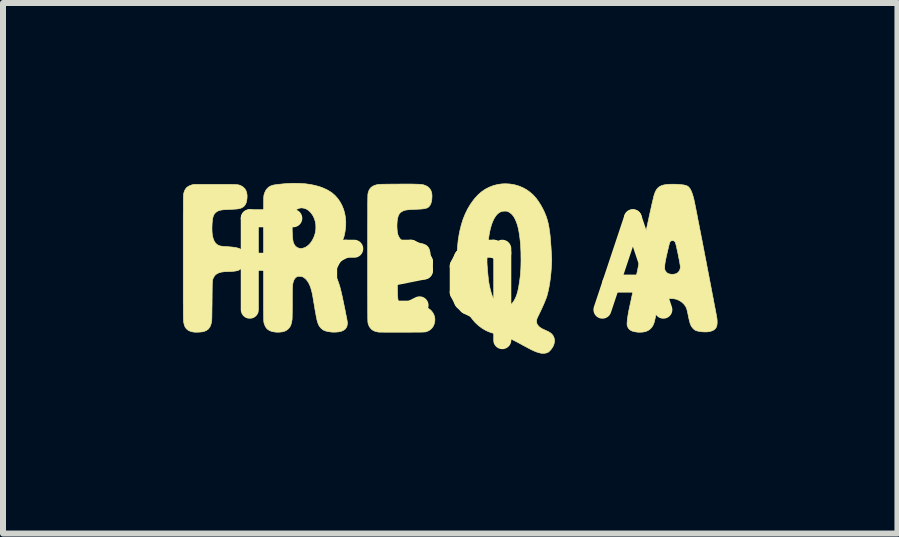
<source format=kicad_pcb>
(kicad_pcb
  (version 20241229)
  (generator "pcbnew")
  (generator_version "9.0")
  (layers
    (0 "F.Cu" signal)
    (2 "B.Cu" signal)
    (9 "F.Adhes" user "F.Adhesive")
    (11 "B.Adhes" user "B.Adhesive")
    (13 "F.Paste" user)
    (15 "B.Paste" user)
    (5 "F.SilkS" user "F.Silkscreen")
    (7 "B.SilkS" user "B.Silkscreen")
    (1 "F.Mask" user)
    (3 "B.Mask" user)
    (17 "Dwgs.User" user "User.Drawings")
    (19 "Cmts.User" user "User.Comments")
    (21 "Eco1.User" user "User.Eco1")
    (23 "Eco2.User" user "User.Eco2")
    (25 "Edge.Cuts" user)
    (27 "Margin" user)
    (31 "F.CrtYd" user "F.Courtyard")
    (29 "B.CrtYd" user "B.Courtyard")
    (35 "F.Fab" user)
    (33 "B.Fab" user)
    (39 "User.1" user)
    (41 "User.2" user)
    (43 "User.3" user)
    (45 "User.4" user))
  (footprint "Freq A"
    (layer "F.Cu")
    (at 4.452 1.423)
    (property "Reference" "Freq A" (at 0 0 0) (layer "F.SilkS") (effects (font (size 1.524 1.524) (thickness 0.3))))
    (attr through_hole)
    (fp_poly (pts (xy -3.791 -1.399) (xy -3.74 -1.399) (xy -3.697 -1.399) (xy -3.659 -1.399) (xy -3.627 -1.398) (xy -3.6 -1.398) (xy -3.578 -1.397) (xy -3.559 -1.396) (xy -3.543 -1.394) (xy -3.53 -1.392) (xy -3.52 -1.39) (xy -3.51 -1.387) (xy -3.502 -1.384) (xy -3.494 -1.381) (xy -3.485 -1.377) (xy -3.476 -1.372) (xy -3.474 -1.371) (xy -3.444 -1.351) (xy -3.419 -1.325) (xy -3.401 -1.294) (xy -3.389 -1.258) (xy -3.383 -1.217) (xy -3.384 -1.17) (xy -3.389 -1.132) (xy -3.398 -1.094) (xy -3.412 -1.063) (xy -3.431 -1.038) (xy -3.454 -1.019) (xy -3.472 -1.01) (xy -3.487 -1.003) (xy -3.504 -0.998) (xy -3.522 -0.994) (xy -3.543 -0.99) (xy -3.568 -0.988) (xy -3.598 -0.986) (xy -3.634 -0.984) (xy -3.669 -0.982) (xy -3.717 -0.98) (xy -3.757 -0.978) (xy -3.79 -0.975) (xy -3.818 -0.971) (xy -3.841 -0.965) (xy -3.861 -0.959) (xy -3.878 -0.95) (xy -3.894 -0.94) (xy -3.909 -0.927) (xy -3.91 -0.926) (xy -3.924 -0.912) (xy -3.935 -0.895) (xy -3.944 -0.876) (xy -3.952 -0.852) (xy -3.958 -0.823) (xy -3.962 -0.789) (xy -3.966 -0.747) (xy -3.967 -0.732) (xy -3.969 -0.664) (xy -3.967 -0.602) (xy -3.961 -0.548) (xy -3.95 -0.502) (xy -3.935 -0.462) (xy -3.916 -0.429) (xy -3.892 -0.404) (xy -3.864 -0.385) (xy -3.864 -0.385) (xy -3.853 -0.381) (xy -3.842 -0.377) (xy -3.829 -0.373) (xy -3.814 -0.37) (xy -3.795 -0.368) (xy -3.771 -0.365) (xy -3.741 -0.363) (xy -3.704 -0.361) (xy -3.692 -0.36) (xy -3.637 -0.355) (xy -3.591 -0.35) (xy -3.552 -0.342) (xy -3.518 -0.332) (xy -3.491 -0.32) (xy -3.468 -0.305) (xy -3.45 -0.287) (xy -3.435 -0.266) (xy -3.429 -0.253) (xy -3.416 -0.217) (xy -3.41 -0.179) (xy -3.411 -0.141) (xy -3.418 -0.104) (xy -3.43 -0.068) (xy -3.448 -0.036) (xy -3.47 -0.007) (xy -3.497 0.016) (xy -3.527 0.033) (xy -3.53 0.034) (xy -3.547 0.039) (xy -3.571 0.044) (xy -3.599 0.048) (xy -3.631 0.051) (xy -3.664 0.053) (xy -3.697 0.055) (xy -3.713 0.055) (xy -3.766 0.057) (xy -3.812 0.063) (xy -3.851 0.074) (xy -3.884 0.089) (xy -3.91 0.108) (xy -3.93 0.132) (xy -3.941 0.151) (xy -3.945 0.16) (xy -3.949 0.168) (xy -3.952 0.176) (xy -3.955 0.184) (xy -3.957 0.194) (xy -3.959 0.205) (xy -3.96 0.219) (xy -3.962 0.236) (xy -3.963 0.256) (xy -3.964 0.281) (xy -3.964 0.31) (xy -3.965 0.346) (xy -3.965 0.387) (xy -3.966 0.435) (xy -3.966 0.49) (xy -3.967 0.54) (xy -3.967 0.591) (xy -3.968 0.641) (xy -3.969 0.688) (xy -3.969 0.731) (xy -3.97 0.769) (xy -3.97 0.803) (xy -3.971 0.831) (xy -3.972 0.852) (xy -3.972 0.867) (xy -3.973 0.874) (xy -3.973 0.874) (xy -3.975 0.885) (xy -3.978 0.901) (xy -3.98 0.912) (xy -3.991 0.952) (xy -4.008 0.985) (xy -4.03 1.013) (xy -4.059 1.034) (xy -4.094 1.05) (xy -4.108 1.054) (xy -4.132 1.059) (xy -4.162 1.062) (xy -4.194 1.064) (xy -4.227 1.065) (xy -4.256 1.064) (xy -4.272 1.063) (xy -4.314 1.054) (xy -4.35 1.041) (xy -4.38 1.022) (xy -4.403 0.998) (xy -4.407 0.993) (xy -4.416 0.978) (xy -4.424 0.961) (xy -4.43 0.942) (xy -4.436 0.918) (xy -4.44 0.9) (xy -4.44 0.896) (xy -4.441 0.891) (xy -4.442 0.885) (xy -4.442 0.877) (xy -4.443 0.869) (xy -4.444 0.858) (xy -4.444 0.845) (xy -4.445 0.83) (xy -4.445 0.811) (xy -4.445 0.79) (xy -4.446 0.765) (xy -4.446 0.736) (xy -4.446 0.703) (xy -4.446 0.666) (xy -4.446 0.624) (xy -4.447 0.577) (xy -4.447 0.524) (xy -4.447 0.466) (xy -4.447 0.401) (xy -4.447 0.33) (xy -4.447 0.253) (xy -4.447 0.168) (xy -4.447 0.076) (xy -4.447 -0.024) (xy -4.447 -0.132) (xy -4.447 -0.178) (xy -4.447 -0.289) (xy -4.447 -0.392) (xy -4.447 -0.488) (xy -4.447 -0.575) (xy -4.447 -0.656) (xy -4.447 -0.73) (xy -4.447 -0.797) (xy -4.447 -0.858) (xy -4.447 -0.913) (xy -4.446 -0.962) (xy -4.446 -1.006) (xy -4.446 -1.045) (xy -4.446 -1.08) (xy -4.446 -1.11) (xy -4.445 -1.136) (xy -4.445 -1.159) (xy -4.445 -1.178) (xy -4.444 -1.194) (xy -4.444 -1.207) (xy -4.443 -1.218) (xy -4.443 -1.227) (xy -4.442 -1.234) (xy -4.441 -1.24) (xy -4.441 -1.244) (xy -4.44 -1.247) (xy -4.428 -1.287) (xy -4.412 -1.319) (xy -4.392 -1.345) (xy -4.365 -1.365) (xy -4.333 -1.381) (xy -4.307 -1.39) (xy -4.274 -1.399) (xy -3.914 -1.399) (xy -3.848 -1.399) (xy -3.791 -1.399)) (stroke (width 0.01) (type solid)) (fill yes) (layer "F.SilkS"))
    (fp_poly (pts (xy 0.998 -1.406) (xy 1.072 -1.394) (xy 1.142 -1.374) (xy 1.209 -1.347) (xy 1.272 -1.313) (xy 1.331 -1.271) (xy 1.386 -1.223) (xy 1.435 -1.169) (xy 1.474 -1.115) (xy 1.514 -1.052) (xy 1.548 -0.99) (xy 1.577 -0.929) (xy 1.602 -0.867) (xy 1.623 -0.802) (xy 1.64 -0.734) (xy 1.653 -0.66) (xy 1.664 -0.58) (xy 1.668 -0.548) (xy 1.67 -0.524) (xy 1.673 -0.495) (xy 1.675 -0.462) (xy 1.678 -0.425) (xy 1.681 -0.386) (xy 1.684 -0.346) (xy 1.686 -0.306) (xy 1.689 -0.268) (xy 1.691 -0.232) (xy 1.692 -0.199) (xy 1.694 -0.171) (xy 1.695 -0.149) (xy 1.695 -0.134) (xy 1.695 -0.129) (xy 1.69 -0.027) (xy 1.683 0.068) (xy 1.674 0.155) (xy 1.663 0.237) (xy 1.65 0.313) (xy 1.635 0.384) (xy 1.618 0.451) (xy 1.615 0.462) (xy 1.607 0.487) (xy 1.594 0.519) (xy 1.579 0.557) (xy 1.561 0.6) (xy 1.54 0.646) (xy 1.518 0.695) (xy 1.494 0.745) (xy 1.492 0.749) (xy 1.48 0.774) (xy 1.469 0.796) (xy 1.46 0.816) (xy 1.453 0.831) (xy 1.449 0.84) (xy 1.449 0.84) (xy 1.445 0.857) (xy 1.443 0.878) (xy 1.444 0.899) (xy 1.446 0.917) (xy 1.448 0.921) (xy 1.46 0.944) (xy 1.478 0.966) (xy 1.503 0.987) (xy 1.536 1.007) (xy 1.576 1.026) (xy 1.596 1.035) (xy 1.638 1.054) (xy 1.672 1.075) (xy 1.699 1.098) (xy 1.718 1.123) (xy 1.732 1.152) (xy 1.739 1.179) (xy 1.742 1.208) (xy 1.738 1.241) (xy 1.729 1.274) (xy 1.729 1.275) (xy 1.718 1.3) (xy 1.702 1.327) (xy 1.684 1.352) (xy 1.664 1.374) (xy 1.645 1.392) (xy 1.631 1.401) (xy 1.601 1.412) (xy 1.567 1.417) (xy 1.531 1.417) (xy 1.503 1.412) (xy 1.48 1.406) (xy 1.456 1.399) (xy 1.431 1.39) (xy 1.404 1.379) (xy 1.373 1.365) (xy 1.338 1.348) (xy 1.299 1.327) (xy 1.254 1.303) (xy 1.211 1.28) (xy 1.157 1.25) (xy 1.109 1.225) (xy 1.067 1.203) (xy 1.028 1.184) (xy 0.991 1.168) (xy 0.957 1.153) (xy 0.922 1.14) (xy 0.887 1.128) (xy 0.849 1.117) (xy 0.809 1.106) (xy 0.78 1.099) (xy 0.731 1.085) (xy 0.689 1.073) (xy 0.652 1.06) (xy 0.619 1.046) (xy 0.588 1.031) (xy 0.558 1.013) (xy 0.53 0.996) (xy 0.472 0.952) (xy 0.418 0.902) (xy 0.369 0.844) (xy 0.323 0.779) (xy 0.282 0.708) (xy 0.245 0.63) (xy 0.213 0.546) (xy 0.186 0.456) (xy 0.18 0.434) (xy 0.157 0.331) (xy 0.139 0.223) (xy 0.126 0.111) (xy 0.118 -0.004) (xy 0.115 -0.118) (xy 0.616 -0.118) (xy 0.616 -0.097) (xy 0.617 -0.075) (xy 0.618 -0.05) (xy 0.621 -0.021) (xy 0.623 0.014) (xy 0.624 0.026) (xy 0.628 0.071) (xy 0.632 0.109) (xy 0.635 0.141) (xy 0.638 0.168) (xy 0.64 0.191) (xy 0.643 0.212) (xy 0.646 0.231) (xy 0.649 0.249) (xy 0.652 0.267) (xy 0.668 0.34) (xy 0.686 0.406) (xy 0.705 0.463) (xy 0.727 0.512) (xy 0.75 0.554) (xy 0.776 0.588) (xy 0.804 0.614) (xy 0.833 0.633) (xy 0.862 0.643) (xy 0.882 0.646) (xy 0.906 0.646) (xy 0.931 0.643) (xy 0.954 0.638) (xy 0.961 0.635) (xy 0.995 0.618) (xy 1.026 0.593) (xy 1.054 0.559) (xy 1.079 0.518) (xy 1.102 0.469) (xy 1.121 0.413) (xy 1.137 0.348) (xy 1.145 0.307) (xy 1.155 0.242) (xy 1.164 0.182) (xy 1.171 0.124) (xy 1.176 0.065) (xy 1.18 0.005) (xy 1.182 -0.059) (xy 1.183 -0.13) (xy 1.183 -0.15) (xy 1.182 -0.207) (xy 1.182 -0.257) (xy 1.18 -0.302) (xy 1.178 -0.345) (xy 1.176 -0.388) (xy 1.172 -0.432) (xy 1.167 -0.48) (xy 1.166 -0.491) (xy 1.155 -0.573) (xy 1.142 -0.647) (xy 1.126 -0.714) (xy 1.106 -0.772) (xy 1.084 -0.822) (xy 1.06 -0.865) (xy 1.032 -0.899) (xy 1.002 -0.925) (xy 0.975 -0.941) (xy 0.958 -0.948) (xy 0.944 -0.952) (xy 0.929 -0.954) (xy 0.912 -0.954) (xy 0.876 -0.951) (xy 0.843 -0.941) (xy 0.813 -0.924) (xy 0.785 -0.9) (xy 0.759 -0.868) (xy 0.734 -0.828) (xy 0.729 -0.818) (xy 0.709 -0.775) (xy 0.691 -0.726) (xy 0.675 -0.671) (xy 0.661 -0.61) (xy 0.649 -0.542) (xy 0.639 -0.467) (xy 0.63 -0.384) (xy 0.623 -0.294) (xy 0.618 -0.196) (xy 0.618 -0.194) (xy 0.617 -0.165) (xy 0.616 -0.14) (xy 0.616 -0.118) (xy 0.115 -0.118) (xy 0.115 -0.12) (xy 0.117 -0.236) (xy 0.124 -0.351) (xy 0.135 -0.463) (xy 0.152 -0.57) (xy 0.161 -0.615) (xy 0.186 -0.718) (xy 0.216 -0.815) (xy 0.252 -0.905) (xy 0.293 -0.989) (xy 0.34 -1.068) (xy 0.393 -1.142) (xy 0.421 -1.176) (xy 0.473 -1.231) (xy 0.53 -1.28) (xy 0.591 -1.321) (xy 0.656 -1.354) (xy 0.723 -1.38) (xy 0.794 -1.398) (xy 0.867 -1.408) (xy 0.923 -1.41) (xy 0.998 -1.406)) (stroke (width 0.01) (type solid)) (fill yes) (layer "F.SilkS"))
    (fp_poly (pts (xy 3.761 -1.402) (xy 3.8 -1.4) (xy 3.816 -1.399) (xy 3.856 -1.395) (xy 3.888 -1.391) (xy 3.914 -1.386) (xy 3.935 -1.381) (xy 3.951 -1.374) (xy 3.965 -1.366) (xy 3.977 -1.356) (xy 3.981 -1.352) (xy 3.999 -1.33) (xy 4.016 -1.299) (xy 4.032 -1.261) (xy 4.047 -1.217) (xy 4.061 -1.166) (xy 4.066 -1.147) (xy 4.068 -1.135) (xy 4.073 -1.115) (xy 4.078 -1.089) (xy 4.085 -1.055) (xy 4.093 -1.015) (xy 4.102 -0.97) (xy 4.112 -0.919) (xy 4.123 -0.863) (xy 4.134 -0.803) (xy 4.147 -0.739) (xy 4.16 -0.671) (xy 4.174 -0.6) (xy 4.188 -0.527) (xy 4.203 -0.452) (xy 4.218 -0.374) (xy 4.233 -0.296) (xy 4.248 -0.217) (xy 4.264 -0.137) (xy 4.279 -0.058) (xy 4.294 0.021) (xy 4.309 0.099) (xy 4.324 0.176) (xy 4.338 0.25) (xy 4.352 0.323) (xy 4.365 0.392) (xy 4.378 0.458) (xy 4.39 0.52) (xy 4.401 0.579) (xy 4.411 0.632) (xy 4.421 0.681) (xy 4.429 0.724) (xy 4.436 0.761) (xy 4.441 0.791) (xy 4.446 0.815) (xy 4.448 0.831) (xy 4.45 0.839) (xy 4.45 0.84) (xy 4.453 0.886) (xy 4.452 0.926) (xy 4.446 0.959) (xy 4.436 0.986) (xy 4.419 1.009) (xy 4.398 1.027) (xy 4.37 1.041) (xy 4.335 1.052) (xy 4.335 1.052) (xy 4.308 1.057) (xy 4.277 1.06) (xy 4.242 1.06) (xy 4.206 1.058) (xy 4.171 1.054) (xy 4.138 1.048) (xy 4.11 1.041) (xy 4.089 1.033) (xy 4.065 1.016) (xy 4.043 0.993) (xy 4.023 0.966) (xy 4.016 0.952) (xy 4.011 0.94) (xy 4.006 0.929) (xy 4.002 0.917) (xy 3.998 0.903) (xy 3.993 0.887) (xy 3.988 0.866) (xy 3.982 0.84) (xy 3.975 0.807) (xy 3.969 0.777) (xy 3.962 0.744) (xy 3.956 0.718) (xy 3.951 0.697) (xy 3.947 0.681) (xy 3.943 0.669) (xy 3.938 0.657) (xy 3.933 0.647) (xy 3.926 0.635) (xy 3.923 0.629) (xy 3.897 0.595) (xy 3.865 0.565) (xy 3.828 0.54) (xy 3.785 0.52) (xy 3.78 0.518) (xy 3.754 0.511) (xy 3.723 0.506) (xy 3.69 0.504) (xy 3.659 0.504) (xy 3.633 0.508) (xy 3.633 0.508) (xy 3.601 0.518) (xy 3.569 0.532) (xy 3.541 0.55) (xy 3.526 0.562) (xy 3.508 0.581) (xy 3.492 0.602) (xy 3.478 0.628) (xy 3.465 0.657) (xy 3.453 0.693) (xy 3.441 0.734) (xy 3.43 0.783) (xy 3.429 0.79) (xy 3.423 0.817) (xy 3.417 0.844) (xy 3.411 0.868) (xy 3.406 0.888) (xy 3.403 0.901) (xy 3.403 0.902) (xy 3.386 0.945) (xy 3.364 0.981) (xy 3.337 1.011) (xy 3.305 1.034) (xy 3.268 1.051) (xy 3.251 1.056) (xy 3.237 1.059) (xy 3.217 1.062) (xy 3.195 1.064) (xy 3.172 1.065) (xy 3.151 1.065) (xy 3.135 1.065) (xy 3.128 1.064) (xy 3.119 1.063) (xy 3.104 1.061) (xy 3.087 1.058) (xy 3.086 1.058) (xy 3.049 1.05) (xy 3.018 1.038) (xy 2.994 1.021) (xy 2.974 1) (xy 2.964 0.981) (xy 2.957 0.966) (xy 2.953 0.953) (xy 2.951 0.938) (xy 2.951 0.922) (xy 2.952 0.9) (xy 2.954 0.872) (xy 2.958 0.839) (xy 2.963 0.803) (xy 2.969 0.766) (xy 2.975 0.728) (xy 2.979 0.711) (xy 2.981 0.701) (xy 2.985 0.683) (xy 2.99 0.658) (xy 2.997 0.626) (xy 3.005 0.588) (xy 3.015 0.544) (xy 3.025 0.495) (xy 3.037 0.44) (xy 3.05 0.382) (xy 3.063 0.319) (xy 3.077 0.253) (xy 3.092 0.184) (xy 3.108 0.113) (xy 3.124 0.04) (xy 3.133 -0.004) (xy 3.578 -0.004) (xy 3.58 0.018) (xy 3.581 0.025) (xy 3.59 0.043) (xy 3.604 0.062) (xy 3.621 0.078) (xy 3.633 0.085) (xy 3.658 0.094) (xy 3.688 0.099) (xy 3.72 0.099) (xy 3.751 0.094) (xy 3.764 0.091) (xy 3.789 0.078) (xy 3.81 0.059) (xy 3.826 0.035) (xy 3.836 0.007) (xy 3.838 -0.012) (xy 3.839 -0.022) (xy 3.838 -0.034) (xy 3.836 -0.049) (xy 3.834 -0.068) (xy 3.829 -0.092) (xy 3.824 -0.122) (xy 3.817 -0.159) (xy 3.814 -0.171) (xy 3.803 -0.229) (xy 3.792 -0.281) (xy 3.782 -0.326) (xy 3.774 -0.364) (xy 3.766 -0.394) (xy 3.76 -0.417) (xy 3.755 -0.432) (xy 3.753 -0.436) (xy 3.741 -0.452) (xy 3.723 -0.46) (xy 3.708 -0.462) (xy 3.688 -0.458) (xy 3.672 -0.448) (xy 3.665 -0.437) (xy 3.662 -0.43) (xy 3.658 -0.415) (xy 3.652 -0.395) (xy 3.646 -0.369) (xy 3.639 -0.34) (xy 3.631 -0.307) (xy 3.623 -0.273) (xy 3.615 -0.239) (xy 3.607 -0.204) (xy 3.6 -0.172) (xy 3.594 -0.142) (xy 3.594 -0.14) (xy 3.586 -0.101) (xy 3.581 -0.065) (xy 3.578 -0.032) (xy 3.578 -0.004) (xy 3.133 -0.004) (xy 3.14 -0.035) (xy 3.156 -0.111) (xy 3.173 -0.187) (xy 3.189 -0.263) (xy 3.205 -0.338) (xy 3.222 -0.413) (xy 3.238 -0.486) (xy 3.253 -0.557) (xy 3.268 -0.626) (xy 3.282 -0.691) (xy 3.296 -0.754) (xy 3.309 -0.812) (xy 3.32 -0.866) (xy 3.331 -0.915) (xy 3.335 -0.936) (xy 3.346 -0.982) (xy 3.356 -1.027) (xy 3.365 -1.069) (xy 3.374 -1.109) (xy 3.383 -1.144) (xy 3.39 -1.175) (xy 3.396 -1.199) (xy 3.401 -1.218) (xy 3.404 -1.227) (xy 3.419 -1.269) (xy 3.436 -1.303) (xy 3.455 -1.33) (xy 3.478 -1.352) (xy 3.505 -1.369) (xy 3.537 -1.383) (xy 3.556 -1.388) (xy 3.579 -1.393) (xy 3.608 -1.397) (xy 3.642 -1.4) (xy 3.68 -1.402) (xy 3.72 -1.402) (xy 3.761 -1.402)) (stroke (width 0.01) (type solid)) (fill yes) (layer "F.SilkS"))
    (fp_poly (pts (xy -0.694 -1.405) (xy -0.646 -1.405) (xy -0.603 -1.404) (xy -0.567 -1.403) (xy -0.536 -1.402) (xy -0.509 -1.401) (xy -0.487 -1.399) (xy -0.469 -1.397) (xy -0.453 -1.394) (xy -0.441 -1.392) (xy -0.436 -1.39) (xy -0.397 -1.375) (xy -0.364 -1.355) (xy -0.339 -1.33) (xy -0.32 -1.299) (xy -0.307 -1.264) (xy -0.301 -1.223) (xy -0.301 -1.202) (xy -0.303 -1.156) (xy -0.309 -1.115) (xy -0.32 -1.079) (xy -0.335 -1.049) (xy -0.353 -1.027) (xy -0.369 -1.014) (xy -0.381 -1.008) (xy -0.395 -1.003) (xy -0.412 -0.998) (xy -0.432 -0.994) (xy -0.456 -0.991) (xy -0.486 -0.988) (xy -0.521 -0.986) (xy -0.564 -0.984) (xy -0.601 -0.982) (xy -0.643 -0.98) (xy -0.678 -0.978) (xy -0.707 -0.975) (xy -0.731 -0.972) (xy -0.751 -0.968) (xy -0.768 -0.962) (xy -0.782 -0.957) (xy -0.809 -0.942) (xy -0.831 -0.925) (xy -0.848 -0.904) (xy -0.861 -0.878) (xy -0.871 -0.847) (xy -0.878 -0.808) (xy -0.879 -0.804) (xy -0.883 -0.762) (xy -0.885 -0.717) (xy -0.884 -0.673) (xy -0.881 -0.631) (xy -0.876 -0.593) (xy -0.869 -0.561) (xy -0.868 -0.56) (xy -0.861 -0.54) (xy -0.849 -0.518) (xy -0.836 -0.498) (xy -0.823 -0.482) (xy -0.82 -0.48) (xy -0.806 -0.469) (xy -0.792 -0.459) (xy -0.775 -0.452) (xy -0.756 -0.446) (xy -0.733 -0.441) (xy -0.704 -0.438) (xy -0.669 -0.434) (xy -0.631 -0.432) (xy -0.575 -0.428) (xy -0.528 -0.423) (xy -0.487 -0.416) (xy -0.453 -0.408) (xy -0.425 -0.398) (xy -0.401 -0.386) (xy -0.382 -0.372) (xy -0.367 -0.355) (xy -0.354 -0.335) (xy -0.353 -0.333) (xy -0.339 -0.298) (xy -0.332 -0.26) (xy -0.331 -0.222) (xy -0.336 -0.184) (xy -0.346 -0.148) (xy -0.362 -0.114) (xy -0.383 -0.085) (xy -0.408 -0.06) (xy -0.437 -0.042) (xy -0.445 -0.039) (xy -0.452 -0.036) (xy -0.46 -0.034) (xy -0.47 -0.032) (xy -0.482 -0.03) (xy -0.498 -0.028) (xy -0.519 -0.026) (xy -0.546 -0.024) (xy -0.58 -0.021) (xy -0.605 -0.019) (xy -0.653 -0.015) (xy -0.694 -0.012) (xy -0.727 -0.008) (xy -0.755 -0.004) (xy -0.777 0.000216) (xy -0.796 0.005) (xy -0.81 0.011) (xy -0.822 0.018) (xy -0.832 0.026) (xy -0.841 0.035) (xy -0.842 0.037) (xy -0.85 0.048) (xy -0.856 0.061) (xy -0.862 0.076) (xy -0.866 0.094) (xy -0.87 0.117) (xy -0.873 0.145) (xy -0.875 0.178) (xy -0.876 0.217) (xy -0.876 0.263) (xy -0.877 0.311) (xy -0.876 0.364) (xy -0.876 0.41) (xy -0.874 0.448) (xy -0.872 0.48) (xy -0.87 0.507) (xy -0.866 0.529) (xy -0.861 0.547) (xy -0.856 0.561) (xy -0.849 0.573) (xy -0.841 0.584) (xy -0.839 0.586) (xy -0.83 0.594) (xy -0.82 0.602) (xy -0.808 0.608) (xy -0.793 0.613) (xy -0.775 0.618) (xy -0.752 0.621) (xy -0.725 0.625) (xy -0.692 0.627) (xy -0.652 0.63) (xy -0.605 0.632) (xy -0.591 0.633) (xy -0.548 0.635) (xy -0.51 0.637) (xy -0.477 0.639) (xy -0.45 0.642) (xy -0.43 0.644) (xy -0.419 0.646) (xy -0.385 0.656) (xy -0.354 0.672) (xy -0.326 0.694) (xy -0.316 0.703) (xy -0.29 0.735) (xy -0.27 0.771) (xy -0.257 0.809) (xy -0.252 0.849) (xy -0.254 0.884) (xy -0.264 0.928) (xy -0.28 0.966) (xy -0.303 0.998) (xy -0.331 1.024) (xy -0.366 1.045) (xy -0.399 1.057) (xy -0.404 1.059) (xy -0.41 1.06) (xy -0.418 1.061) (xy -0.428 1.061) (xy -0.442 1.062) (xy -0.459 1.063) (xy -0.48 1.063) (xy -0.506 1.064) (xy -0.537 1.064) (xy -0.574 1.064) (xy -0.617 1.064) (xy -0.667 1.065) (xy -0.724 1.065) (xy -0.789 1.065) (xy -0.794 1.065) (xy -0.85 1.065) (xy -0.904 1.065) (xy -0.955 1.065) (xy -1.003 1.065) (xy -1.048 1.065) (xy -1.087 1.065) (xy -1.121 1.064) (xy -1.15 1.064) (xy -1.171 1.064) (xy -1.186 1.063) (xy -1.192 1.063) (xy -1.235 1.054) (xy -1.272 1.041) (xy -1.304 1.021) (xy -1.329 0.995) (xy -1.349 0.964) (xy -1.364 0.925) (xy -1.366 0.915) (xy -1.367 0.912) (xy -1.368 0.908) (xy -1.369 0.903) (xy -1.369 0.896) (xy -1.37 0.888) (xy -1.37 0.878) (xy -1.371 0.866) (xy -1.371 0.851) (xy -1.372 0.833) (xy -1.372 0.812) (xy -1.372 0.787) (xy -1.372 0.759) (xy -1.373 0.726) (xy -1.373 0.689) (xy -1.373 0.647) (xy -1.373 0.6) (xy -1.373 0.547) (xy -1.373 0.489) (xy -1.374 0.424) (xy -1.374 0.353) (xy -1.374 0.276) (xy -1.374 0.191) (xy -1.374 0.099) (xy -1.374 -0.000161) (xy -1.374 -0.108) (xy -1.374 -0.169) (xy -1.374 -0.281) (xy -1.374 -0.385) (xy -1.374 -0.481) (xy -1.374 -0.57) (xy -1.374 -0.651) (xy -1.374 -0.725) (xy -1.373 -0.793) (xy -1.373 -0.855) (xy -1.373 -0.91) (xy -1.373 -0.96) (xy -1.373 -1.005) (xy -1.373 -1.045) (xy -1.373 -1.08) (xy -1.372 -1.111) (xy -1.372 -1.137) (xy -1.372 -1.16) (xy -1.371 -1.18) (xy -1.371 -1.197) (xy -1.371 -1.21) (xy -1.37 -1.222) (xy -1.369 -1.231) (xy -1.369 -1.238) (xy -1.368 -1.244) (xy -1.368 -1.249) (xy -1.367 -1.252) (xy -1.366 -1.254) (xy -1.354 -1.292) (xy -1.338 -1.323) (xy -1.317 -1.348) (xy -1.291 -1.367) (xy -1.258 -1.383) (xy -1.218 -1.394) (xy -1.213 -1.396) (xy -1.206 -1.397) (xy -1.197 -1.398) (xy -1.185 -1.399) (xy -1.17 -1.4) (xy -1.151 -1.401) (xy -1.127 -1.402) (xy -1.099 -1.402) (xy -1.065 -1.403) (xy -1.024 -1.403) (xy -0.977 -1.404) (xy -0.922 -1.404) (xy -0.883 -1.404) (xy -0.813 -1.405) (xy -0.75 -1.405) (xy -0.694 -1.405)) (stroke (width 0.01) (type solid)) (fill yes) (layer "F.SilkS"))
    (fp_poly (pts (xy -2.508 -1.416) (xy -2.415 -1.41) (xy -2.327 -1.398) (xy -2.245 -1.381) (xy -2.168 -1.359) (xy -2.098 -1.332) (xy -2.033 -1.3) (xy -1.976 -1.264) (xy -1.962 -1.254) (xy -1.914 -1.211) (xy -1.871 -1.163) (xy -1.834 -1.109) (xy -1.802 -1.05) (xy -1.776 -0.987) (xy -1.757 -0.921) (xy -1.744 -0.851) (xy -1.738 -0.78) (xy -1.739 -0.707) (xy -1.74 -0.692) (xy -1.75 -0.612) (xy -1.766 -0.536) (xy -1.789 -0.464) (xy -1.82 -0.395) (xy -1.858 -0.328) (xy -1.904 -0.263) (xy -1.914 -0.25) (xy -1.937 -0.22) (xy -1.955 -0.195) (xy -1.969 -0.175) (xy -1.979 -0.157) (xy -1.985 -0.14) (xy -1.989 -0.125) (xy -1.991 -0.108) (xy -1.991 -0.097) (xy -1.991 -0.084) (xy -1.99 -0.072) (xy -1.987 -0.06) (xy -1.984 -0.047) (xy -1.978 -0.031) (xy -1.97 -0.012) (xy -1.959 0.011) (xy -1.946 0.04) (xy -1.932 0.068) (xy -1.916 0.102) (xy -1.902 0.133) (xy -1.888 0.163) (xy -1.876 0.192) (xy -1.865 0.22) (xy -1.855 0.249) (xy -1.845 0.28) (xy -1.835 0.312) (xy -1.826 0.348) (xy -1.816 0.387) (xy -1.806 0.43) (xy -1.795 0.478) (xy -1.784 0.532) (xy -1.771 0.593) (xy -1.757 0.661) (xy -1.752 0.684) (xy -1.743 0.732) (xy -1.735 0.773) (xy -1.728 0.807) (xy -1.722 0.835) (xy -1.718 0.858) (xy -1.715 0.877) (xy -1.713 0.892) (xy -1.712 0.903) (xy -1.711 0.913) (xy -1.711 0.921) (xy -1.712 0.926) (xy -1.717 0.96) (xy -1.729 0.989) (xy -1.748 1.013) (xy -1.774 1.032) (xy -1.806 1.047) (xy -1.824 1.052) (xy -1.863 1.06) (xy -1.906 1.063) (xy -1.951 1.064) (xy -1.995 1.06) (xy -2.037 1.054) (xy -2.075 1.044) (xy -2.107 1.031) (xy -2.108 1.031) (xy -2.133 1.014) (xy -2.158 0.991) (xy -2.179 0.964) (xy -2.19 0.943) (xy -2.196 0.929) (xy -2.202 0.914) (xy -2.208 0.898) (xy -2.213 0.879) (xy -2.219 0.857) (xy -2.224 0.831) (xy -2.231 0.8) (xy -2.237 0.764) (xy -2.245 0.721) (xy -2.254 0.671) (xy -2.258 0.643) (xy -2.265 0.603) (xy -2.272 0.565) (xy -2.278 0.528) (xy -2.283 0.496) (xy -2.288 0.468) (xy -2.292 0.445) (xy -2.295 0.43) (xy -2.296 0.423) (xy -2.31 0.366) (xy -2.325 0.317) (xy -2.341 0.275) (xy -2.36 0.238) (xy -2.381 0.207) (xy -2.404 0.18) (xy -2.41 0.175) (xy -2.433 0.156) (xy -2.453 0.144) (xy -2.475 0.136) (xy -2.499 0.134) (xy -2.509 0.133) (xy -2.527 0.134) (xy -2.539 0.135) (xy -2.549 0.138) (xy -2.559 0.144) (xy -2.56 0.145) (xy -2.581 0.163) (xy -2.598 0.186) (xy -2.61 0.215) (xy -2.62 0.251) (xy -2.624 0.277) (xy -2.625 0.289) (xy -2.626 0.309) (xy -2.627 0.336) (xy -2.628 0.37) (xy -2.628 0.411) (xy -2.629 0.457) (xy -2.629 0.509) (xy -2.629 0.558) (xy -2.629 0.606) (xy -2.629 0.652) (xy -2.63 0.696) (xy -2.63 0.737) (xy -2.631 0.773) (xy -2.631 0.804) (xy -2.632 0.828) (xy -2.633 0.846) (xy -2.633 0.853) (xy -2.641 0.901) (xy -2.653 0.943) (xy -2.67 0.978) (xy -2.693 1.006) (xy -2.721 1.029) (xy -2.754 1.047) (xy -2.783 1.056) (xy -2.805 1.06) (xy -2.833 1.063) (xy -2.864 1.065) (xy -2.893 1.064) (xy -2.918 1.062) (xy -2.919 1.062) (xy -2.964 1.054) (xy -3.001 1.041) (xy -3.033 1.023) (xy -3.058 1) (xy -3.078 0.971) (xy -3.093 0.936) (xy -3.102 0.907) (xy -3.103 0.903) (xy -3.103 0.899) (xy -3.104 0.894) (xy -3.105 0.887) (xy -3.105 0.879) (xy -3.106 0.87) (xy -3.106 0.858) (xy -3.107 0.844) (xy -3.107 0.827) (xy -3.107 0.807) (xy -3.108 0.783) (xy -3.108 0.756) (xy -3.108 0.725) (xy -3.109 0.689) (xy -3.109 0.649) (xy -3.109 0.603) (xy -3.109 0.552) (xy -3.109 0.496) (xy -3.109 0.433) (xy -3.109 0.364) (xy -3.109 0.289) (xy -3.109 0.206) (xy -3.109 0.117) (xy -3.109 0.019) (xy -3.109 -0.086) (xy -3.109 -0.157) (xy -3.109 -0.267) (xy -3.109 -0.369) (xy -3.109 -0.464) (xy -3.109 -0.551) (xy -3.109 -0.631) (xy -3.109 -0.671) (xy -2.631 -0.671) (xy -2.631 -0.626) (xy -2.629 -0.582) (xy -2.627 -0.542) (xy -2.624 -0.505) (xy -2.62 -0.473) (xy -2.616 -0.447) (xy -2.612 -0.431) (xy -2.597 -0.398) (xy -2.578 -0.371) (xy -2.554 -0.351) (xy -2.526 -0.338) (xy -2.504 -0.332) (xy -2.484 -0.331) (xy -2.461 -0.334) (xy -2.449 -0.337) (xy -2.412 -0.35) (xy -2.378 -0.372) (xy -2.346 -0.4) (xy -2.318 -0.433) (xy -2.293 -0.472) (xy -2.272 -0.514) (xy -2.255 -0.56) (xy -2.243 -0.608) (xy -2.237 -0.657) (xy -2.237 -0.707) (xy -2.239 -0.737) (xy -2.248 -0.785) (xy -2.263 -0.831) (xy -2.282 -0.872) (xy -2.306 -0.909) (xy -2.333 -0.941) (xy -2.363 -0.968) (xy -2.395 -0.988) (xy -2.43 -1.001) (xy -2.466 -1.007) (xy -2.487 -1.007) (xy -2.52 -1) (xy -2.55 -0.986) (xy -2.576 -0.965) (xy -2.597 -0.938) (xy -2.612 -0.905) (xy -2.618 -0.886) (xy -2.62 -0.875) (xy -2.622 -0.856) (xy -2.624 -0.833) (xy -2.626 -0.806) (xy -2.628 -0.776) (xy -2.629 -0.76) (xy -2.631 -0.716) (xy -2.631 -0.671) (xy -3.109 -0.671) (xy -3.109 -0.704) (xy -3.109 -0.77) (xy -3.109 -0.83) (xy -3.109 -0.885) (xy -3.109 -0.933) (xy -3.109 -0.977) (xy -3.108 -1.016) (xy -3.108 -1.05) (xy -3.108 -1.079) (xy -3.108 -1.105) (xy -3.107 -1.127) (xy -3.107 -1.146) (xy -3.107 -1.162) (xy -3.106 -1.176) (xy -3.106 -1.187) (xy -3.105 -1.196) (xy -3.104 -1.203) (xy -3.104 -1.209) (xy -3.103 -1.214) (xy -3.102 -1.218) (xy -3.102 -1.221) (xy -3.088 -1.265) (xy -3.069 -1.303) (xy -3.044 -1.335) (xy -3.014 -1.36) (xy -2.978 -1.378) (xy -2.953 -1.386) (xy -2.937 -1.389) (xy -2.915 -1.393) (xy -2.887 -1.397) (xy -2.855 -1.401) (xy -2.82 -1.404) (xy -2.784 -1.408) (xy -2.749 -1.411) (xy -2.714 -1.413) (xy -2.709 -1.414) (xy -2.607 -1.418) (xy -2.508 -1.416)) (stroke (width 0.01) (type solid)) (fill yes) (layer "F.SilkS")))
  (gr_rect
    (start -3 -3)
    (end 11.91 5.844)
    (stroke (width 0.1) (type default))
    (fill no)
    (layer "Edge.Cuts")))
</source>
